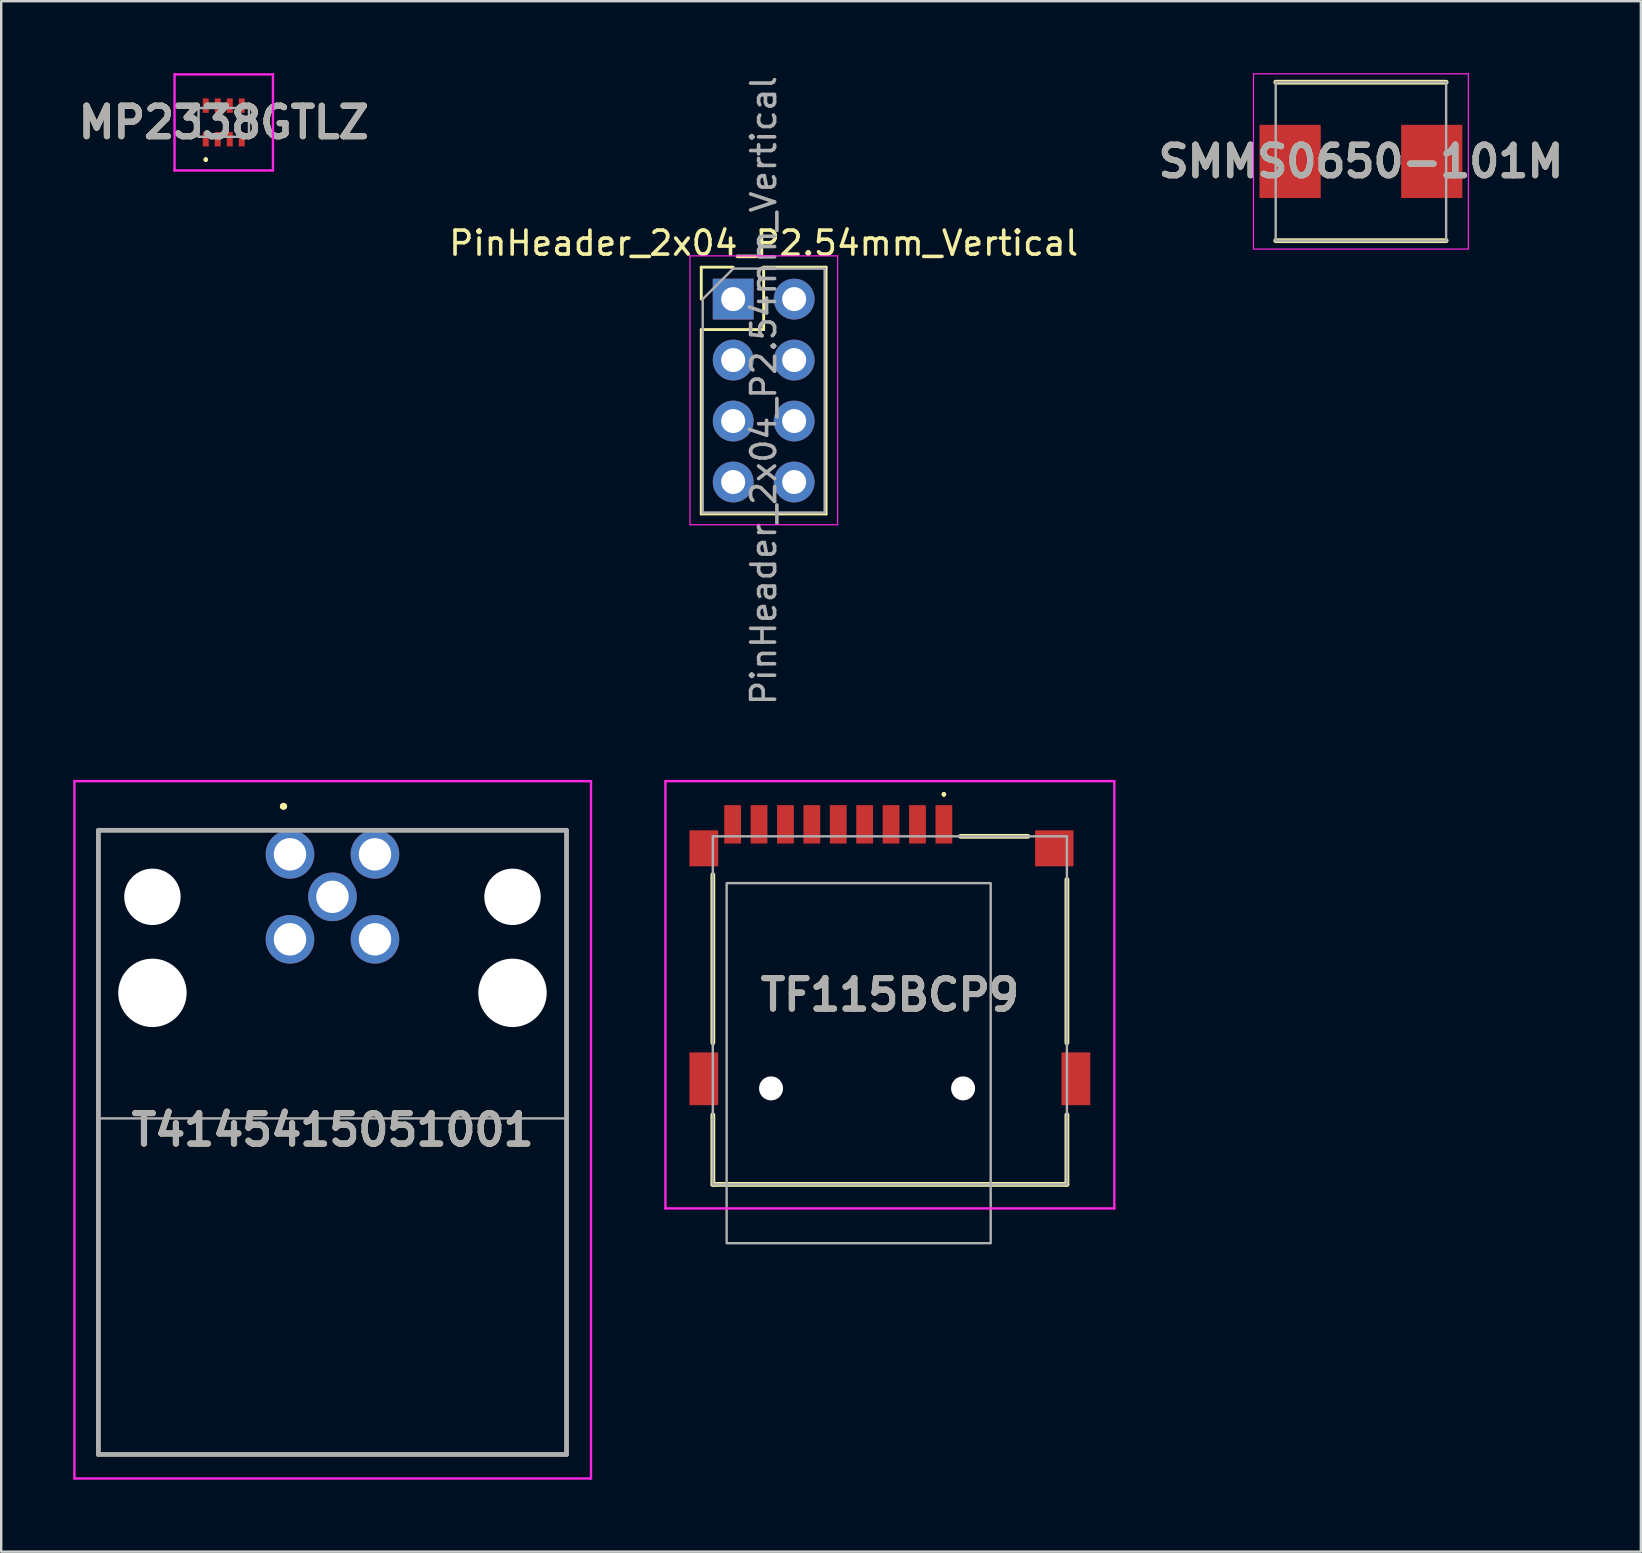
<source format=kicad_pcb>
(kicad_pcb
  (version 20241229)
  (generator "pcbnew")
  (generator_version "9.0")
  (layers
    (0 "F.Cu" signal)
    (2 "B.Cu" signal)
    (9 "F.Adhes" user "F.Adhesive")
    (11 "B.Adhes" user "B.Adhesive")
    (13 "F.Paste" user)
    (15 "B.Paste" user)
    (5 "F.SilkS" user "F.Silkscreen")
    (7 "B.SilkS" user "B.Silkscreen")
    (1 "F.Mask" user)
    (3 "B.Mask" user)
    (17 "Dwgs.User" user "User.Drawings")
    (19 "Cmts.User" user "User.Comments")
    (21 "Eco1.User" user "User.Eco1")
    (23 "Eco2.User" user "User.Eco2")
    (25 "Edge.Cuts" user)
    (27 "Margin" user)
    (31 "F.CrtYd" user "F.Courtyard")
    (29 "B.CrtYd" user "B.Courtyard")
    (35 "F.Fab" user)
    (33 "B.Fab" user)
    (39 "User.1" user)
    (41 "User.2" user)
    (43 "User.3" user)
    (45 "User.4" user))
  (footprint "SMMS0650-101M"
    (layer "F.Cu")
    (at 53.643 3.675)
    (property "Reference" "SMMS0650-101M" (at 0 0 0) (layer "F.SilkS") (effects (font (size 1.27 1.27) (thickness 0.254))))
    (attr smd)
    (fp_line (start -3.55 3.3) (end 3.55 3.3) (stroke (width 0.2) (type solid)) (layer "F.SilkS"))
    (fp_line (start 3.55 -3.3) (end -3.55 -3.3) (stroke (width 0.2) (type solid)) (layer "F.SilkS"))
    (fp_line (start -4.475 -3.65) (end 4.475 -3.65) (stroke (width 0.05) (type solid)) (layer "F.CrtYd"))
    (fp_line (start -4.475 3.65) (end -4.475 -3.65) (stroke (width 0.05) (type solid)) (layer "F.CrtYd"))
    (fp_line (start 4.475 -3.65) (end 4.475 3.65) (stroke (width 0.05) (type solid)) (layer "F.CrtYd"))
    (fp_line (start 4.475 3.65) (end -4.475 3.65) (stroke (width 0.05) (type solid)) (layer "F.CrtYd"))
    (fp_line (start -3.55 -3.3) (end 3.55 -3.3) (stroke (width 0.1) (type solid)) (layer "F.Fab"))
    (fp_line (start -3.55 3.3) (end -3.55 -3.3) (stroke (width 0.1) (type solid)) (layer "F.Fab"))
    (fp_line (start 3.55 -3.3) (end 3.55 3.3) (stroke (width 0.1) (type solid)) (layer "F.Fab"))
    (fp_line (start 3.55 3.3) (end -3.55 3.3) (stroke (width 0.1) (type solid)) (layer "F.Fab"))
    (fp_text user "${REFERENCE}" (at 0 0 0) (layer "F.Fab") (effects (font (size 1.27 1.27) (thickness 0.254))))
    (pad "1" smd rect (at -2.95 0) (size 2.55 3.05) (layers "F.Cu" "F.Mask" "F.Paste"))
    (pad "2" smd rect (at 2.95 0) (size 2.55 3.05) (layers "F.Cu" "F.Mask" "F.Paste")))
  (footprint "T4145415051001"
    (layer "F.Cu")
    (at 9.03 32.54)
    (property "Reference" "T4145415051001" (at 1.78 11.475 0) (layer "F.SilkS") (effects (font (size 1.27 1.27) (thickness 0.254))))
    (attr through_hole)
    (fp_line (start -0.32 -2) (end -0.32 -2) (stroke (width 0.2) (type solid)) (layer "F.SilkS"))
    (fp_line (start -0.22 -2) (end -0.22 -2) (stroke (width 0.2) (type solid)) (layer "F.SilkS"))
    (fp_line (start 11.54 -1) (end 4.54 -1) (stroke (width 0.1) (type solid)) (layer "F.SilkS"))
    (fp_arc (start -0.32 -2) (mid -0.27 -2.05) (end -0.22 -2) (stroke (width 0.2) (type solid)) (layer "F.SilkS"))
    (fp_arc (start -0.22 -2) (mid -0.27 -1.95) (end -0.32 -2) (stroke (width 0.2) (type solid)) (layer "F.SilkS"))
    (fp_line (start -8.98 -3.05) (end 12.54 -3.05) (stroke (width 0.1) (type solid)) (layer "F.CrtYd"))
    (fp_line (start -8.98 26) (end -8.98 -3.05) (stroke (width 0.1) (type solid)) (layer "F.CrtYd"))
    (fp_line (start 12.54 -3.05) (end 12.54 26) (stroke (width 0.1) (type solid)) (layer "F.CrtYd"))
    (fp_line (start 12.54 26) (end -8.98 26) (stroke (width 0.1) (type solid)) (layer "F.CrtYd"))
    (fp_line (start -7.98 -1) (end 11.52 -1) (stroke (width 0.2) (type solid)) (layer "F.Fab"))
    (fp_line (start -7.98 25) (end -7.98 -1) (stroke (width 0.2) (type solid)) (layer "F.Fab"))
    (fp_line (start 11.52 -1) (end 11.52 25) (stroke (width 0.2) (type solid)) (layer "F.Fab"))
    (fp_line (start 11.52 25) (end -7.98 25) (stroke (width 0.2) (type solid)) (layer "F.Fab"))
    (fp_rect (start -7.96 -1) (end 11.54 11) (stroke (width 0.1) (type default)) (fill no) (layer "F.Fab"))
    (fp_text user "${REFERENCE}" (at 1.78 11.475 0) (layer "F.Fab") (effects (font (size 1.27 1.27) (thickness 0.254))))
    (pad "" np_thru_hole circle (at -5.73 1.77) (size 2.35 2.35) (drill 2.35) (layers "*.Cu" "*.Mask"))
    (pad "" np_thru_hole circle (at -5.73 5.77) (size 2.85 2.85) (drill 2.85) (layers "*.Cu" "*.Mask"))
    (pad "" np_thru_hole circle (at 9.27 1.77) (size 2.35 2.35) (drill 2.35) (layers "*.Cu" "*.Mask"))
    (pad "" np_thru_hole circle (at 9.27 5.77) (size 2.85 2.85) (drill 2.85) (layers "*.Cu" "*.Mask"))
    (pad "1" thru_hole circle (at 0 0) (size 2.025 2.025) (drill 1.35) (layers "*.Cu" "*.Mask"))
    (pad "2" thru_hole circle (at 3.54 0) (size 2.025 2.025) (drill 1.35) (layers "*.Cu" "*.Mask"))
    (pad "3" thru_hole circle (at 3.54 3.54) (size 2.025 2.025) (drill 1.35) (layers "*.Cu" "*.Mask"))
    (pad "4" thru_hole circle (at 0 3.54) (size 2.025 2.025) (drill 1.35) (layers "*.Cu" "*.Mask"))
    (pad "5" thru_hole circle (at 1.77 1.77) (size 2.025 2.025) (drill 1.35) (layers "*.Cu" "*.Mask")))
  (footprint "PinHeader_2x04_P2.54mm_Vertical"
    (layer "F.Cu")
    (at 27.493 9.41)
    (property "Reference" "PinHeader_2x04_P2.54mm_Vertical" (at 1.27 -2.33 0) (layer "F.SilkS") (effects (font (size 1 1) (thickness 0.15))))
    (attr through_hole)
    (fp_line (start -1.33 -1.33) (end 0 -1.33) (stroke (width 0.12) (type solid)) (layer "F.SilkS"))
    (fp_line (start -1.33 0) (end -1.33 -1.33) (stroke (width 0.12) (type solid)) (layer "F.SilkS"))
    (fp_line (start -1.33 1.27) (end -1.33 8.95) (stroke (width 0.12) (type solid)) (layer "F.SilkS"))
    (fp_line (start -1.33 1.27) (end 1.27 1.27) (stroke (width 0.12) (type solid)) (layer "F.SilkS"))
    (fp_line (start -1.33 8.95) (end 3.87 8.95) (stroke (width 0.12) (type solid)) (layer "F.SilkS"))
    (fp_line (start 1.27 -1.33) (end 3.87 -1.33) (stroke (width 0.12) (type solid)) (layer "F.SilkS"))
    (fp_line (start 1.27 1.27) (end 1.27 -1.33) (stroke (width 0.12) (type solid)) (layer "F.SilkS"))
    (fp_line (start 3.87 -1.33) (end 3.87 8.95) (stroke (width 0.12) (type solid)) (layer "F.SilkS"))
    (fp_line (start -1.8 -1.8) (end -1.8 9.4) (stroke (width 0.05) (type solid)) (layer "F.CrtYd"))
    (fp_line (start -1.8 9.4) (end 4.35 9.4) (stroke (width 0.05) (type solid)) (layer "F.CrtYd"))
    (fp_line (start 4.35 -1.8) (end -1.8 -1.8) (stroke (width 0.05) (type solid)) (layer "F.CrtYd"))
    (fp_line (start 4.35 9.4) (end 4.35 -1.8) (stroke (width 0.05) (type solid)) (layer "F.CrtYd"))
    (fp_line (start -1.27 0) (end 0 -1.27) (stroke (width 0.1) (type solid)) (layer "F.Fab"))
    (fp_line (start -1.27 8.89) (end -1.27 0) (stroke (width 0.1) (type solid)) (layer "F.Fab"))
    (fp_line (start 0 -1.27) (end 3.81 -1.27) (stroke (width 0.1) (type solid)) (layer "F.Fab"))
    (fp_line (start 3.81 -1.27) (end 3.81 8.89) (stroke (width 0.1) (type solid)) (layer "F.Fab"))
    (fp_line (start 3.81 8.89) (end -1.27 8.89) (stroke (width 0.1) (type solid)) (layer "F.Fab"))
    (fp_text user "${REFERENCE}" (at 1.27 3.81 90) (layer "F.Fab") (effects (font (size 1 1) (thickness 0.15))))
    (pad "1" thru_hole rect (at 0 0) (size 1.7 1.7) (drill 1) (layers "*.Cu" "*.Mask"))
    (pad "2" thru_hole oval (at 0 2.54) (size 1.7 1.7) (drill 1) (layers "*.Cu" "*.Mask"))
    (pad "3" thru_hole oval (at 0 5.08) (size 1.7 1.7) (drill 1) (layers "*.Cu" "*.Mask"))
    (pad "4" thru_hole oval (at 0 7.62) (size 1.7 1.7) (drill 1) (layers "*.Cu" "*.Mask"))
    (pad "5" thru_hole oval (at 2.54 0) (size 1.7 1.7) (drill 1) (layers "*.Cu" "*.Mask"))
    (pad "6" thru_hole oval (at 2.54 2.54) (size 1.7 1.7) (drill 1) (layers "*.Cu" "*.Mask"))
    (pad "7" thru_hole oval (at 2.54 5.08) (size 1.7 1.7) (drill 1) (layers "*.Cu" "*.Mask"))
    (pad "8" thru_hole oval (at 2.54 7.62) (size 1.7 1.7) (drill 1) (layers "*.Cu" "*.Mask")))
  (footprint "TF115BCP9"
    (layer "F.Cu")
    (at 34.02 39.04)
    (property "Reference" "TF115BCP9" (at 0 -0.65 0) (layer "F.SilkS") (effects (font (size 1.27 1.27) (thickness 0.254))))
    (attr through_hole)
    (fp_line (start -7.375 -5.65) (end -7.375 1.35) (stroke (width 0.2) (type solid)) (layer "F.SilkS"))
    (fp_line (start -7.375 4.35) (end -7.375 7.25) (stroke (width 0.2) (type solid)) (layer "F.SilkS"))
    (fp_line (start -7.375 7.25) (end 7.375 7.25) (stroke (width 0.2) (type solid)) (layer "F.SilkS"))
    (fp_line (start 2.25 -9.05) (end 2.25 -9.05) (stroke (width 0.1) (type solid)) (layer "F.SilkS"))
    (fp_line (start 2.25 -8.95) (end 2.25 -8.95) (stroke (width 0.1) (type solid)) (layer "F.SilkS"))
    (fp_line (start 5.75 -7.25) (end 2.95 -7.25) (stroke (width 0.2) (type solid)) (layer "F.SilkS"))
    (fp_line (start 7.375 1.35) (end 7.375 -5.45) (stroke (width 0.2) (type solid)) (layer "F.SilkS"))
    (fp_line (start 7.375 7.25) (end 7.375 4.35) (stroke (width 0.2) (type solid)) (layer "F.SilkS"))
    (fp_arc (start 2.25 -9.05) (mid 2.3 -9) (end 2.25 -8.95) (stroke (width 0.1) (type solid)) (layer "F.SilkS"))
    (fp_arc (start 2.25 -8.95) (mid 2.2 -9) (end 2.25 -9.05) (stroke (width 0.1) (type solid)) (layer "F.SilkS"))
    (fp_line (start -9.35 -9.55) (end 9.35 -9.55) (stroke (width 0.1) (type solid)) (layer "F.CrtYd"))
    (fp_line (start -9.35 8.25) (end -9.35 -9.55) (stroke (width 0.1) (type solid)) (layer "F.CrtYd"))
    (fp_line (start 9.35 -9.55) (end 9.35 8.25) (stroke (width 0.1) (type solid)) (layer "F.CrtYd"))
    (fp_line (start 9.35 8.25) (end -9.35 8.25) (stroke (width 0.1) (type solid)) (layer "F.CrtYd"))
    (fp_line (start -7.375 -7.25) (end 7.375 -7.25) (stroke (width 0.1) (type solid)) (layer "F.Fab"))
    (fp_line (start -7.375 7.25) (end -7.375 -7.25) (stroke (width 0.1) (type solid)) (layer "F.Fab"))
    (fp_line (start 7.375 -7.25) (end 7.375 7.25) (stroke (width 0.1) (type solid)) (layer "F.Fab"))
    (fp_line (start 7.375 7.25) (end -7.375 7.25) (stroke (width 0.1) (type solid)) (layer "F.Fab"))
    (fp_rect (start -6.8 -5.3) (end 4.2 9.7) (stroke (width 0.1) (type default)) (fill no) (layer "F.Fab"))
    (fp_text user "${REFERENCE}" (at 0 -0.65 0) (layer "F.Fab") (effects (font (size 1.27 1.27) (thickness 0.254))))
    (pad "" np_thru_hole circle (at -4.95 3.25) (size 1 1) (drill 1) (layers "*.Cu" "*.Mask"))
    (pad "" np_thru_hole circle (at 3.05 3.25) (size 1 1) (drill 1) (layers "*.Cu" "*.Mask"))
    (pad "1" smd rect (at 2.25 -7.75) (size 0.7 1.6) (layers "F.Cu" "F.Mask" "F.Paste"))
    (pad "2" smd rect (at 1.15 -7.75) (size 0.7 1.6) (layers "F.Cu" "F.Mask" "F.Paste"))
    (pad "3" smd rect (at 0.05 -7.75) (size 0.7 1.6) (layers "F.Cu" "F.Mask" "F.Paste"))
    (pad "4" smd rect (at -1.05 -7.75) (size 0.7 1.6) (layers "F.Cu" "F.Mask" "F.Paste"))
    (pad "5" smd rect (at -2.15 -7.75) (size 0.7 1.6) (layers "F.Cu" "F.Mask" "F.Paste"))
    (pad "6" smd rect (at -3.25 -7.75) (size 0.7 1.6) (layers "F.Cu" "F.Mask" "F.Paste"))
    (pad "7" smd rect (at -4.35 -7.75) (size 0.7 1.6) (layers "F.Cu" "F.Mask" "F.Paste"))
    (pad "8" smd rect (at -5.45 -7.75) (size 0.7 1.6) (layers "F.Cu" "F.Mask" "F.Paste"))
    (pad "CD1" smd rect (at -6.55 -7.75) (size 0.7 1.6) (layers "F.Cu" "F.Mask" "F.Paste"))
    (pad "G1" smd rect (at -7.75 -6.75) (size 1.2 1.5) (layers "F.Cu" "F.Mask" "F.Paste"))
    (pad "G2" smd rect (at -7.75 2.85) (size 1.2 2.2) (layers "F.Cu" "F.Mask" "F.Paste"))
    (pad "G3" smd rect (at 7.75 2.85) (size 1.2 2.2) (layers "F.Cu" "F.Mask" "F.Paste"))
    (pad "G4" smd rect (at 6.85 -6.75 90) (size 1.5 1.6) (layers "F.Cu" "F.Mask" "F.Paste")))
  (footprint "MP2338GTLZ"
    (layer "F.Cu")
    (at 6.271 2.05)
    (property "Reference" "MP2338GTLZ" (at 0 0 0) (layer "F.SilkS") (effects (font (size 1.27 1.27) (thickness 0.254))))
    (attr smd)
    (fp_line (start -0.75 1.5) (end -0.75 1.5) (stroke (width 0.1) (type solid)) (layer "F.SilkS"))
    (fp_line (start -0.75 1.6) (end -0.75 1.6) (stroke (width 0.1) (type solid)) (layer "F.SilkS"))
    (fp_arc (start -0.75 1.5) (mid -0.7 1.55) (end -0.75 1.6) (stroke (width 0.1) (type solid)) (layer "F.SilkS"))
    (fp_arc (start -0.75 1.6) (mid -0.8 1.55) (end -0.75 1.5) (stroke (width 0.1) (type solid)) (layer "F.SilkS"))
    (fp_line (start -2.05 -2) (end 2.05 -2) (stroke (width 0.1) (type solid)) (layer "F.CrtYd"))
    (fp_line (start -2.05 2) (end -2.05 -2) (stroke (width 0.1) (type solid)) (layer "F.CrtYd"))
    (fp_line (start 2.05 -2) (end 2.05 2) (stroke (width 0.1) (type solid)) (layer "F.CrtYd"))
    (fp_line (start 2.05 2) (end -2.05 2) (stroke (width 0.1) (type solid)) (layer "F.CrtYd"))
    (fp_line (start -1.05 -0.6) (end -1.05 0.6) (stroke (width 0.1) (type solid)) (layer "F.Fab"))
    (fp_line (start -1.05 0.6) (end 1.05 0.6) (stroke (width 0.1) (type solid)) (layer "F.Fab"))
    (fp_line (start 1.05 -0.6) (end -1.05 -0.6) (stroke (width 0.1) (type solid)) (layer "F.Fab"))
    (fp_line (start 1.05 0.6) (end 1.05 -0.6) (stroke (width 0.1) (type solid)) (layer "F.Fab"))
    (fp_text user "${REFERENCE}" (at 0 0 0) (layer "F.Fab") (effects (font (size 1.27 1.27) (thickness 0.254))))
    (pad "1" smd rect (at -0.75 0.7) (size 0.25 0.6) (layers "F.Cu" "F.Mask" "F.Paste"))
    (pad "2" smd rect (at -0.25 0.7) (size 0.25 0.6) (layers "F.Cu" "F.Mask" "F.Paste"))
    (pad "3" smd rect (at 0.25 0.7) (size 0.25 0.6) (layers "F.Cu" "F.Mask" "F.Paste"))
    (pad "4" smd rect (at 0.75 0.7) (size 0.25 0.6) (layers "F.Cu" "F.Mask" "F.Paste"))
    (pad "5" smd rect (at 0.75 -0.7) (size 0.25 0.6) (layers "F.Cu" "F.Mask" "F.Paste"))
    (pad "6" smd rect (at 0.25 -0.7) (size 0.25 0.6) (layers "F.Cu" "F.Mask" "F.Paste"))
    (pad "7" smd rect (at -0.25 -0.7) (size 0.25 0.6) (layers "F.Cu" "F.Mask" "F.Paste"))
    (pad "8" smd rect (at -0.75 -0.7) (size 0.25 0.6) (layers "F.Cu" "F.Mask" "F.Paste")))
  (gr_rect
    (start -3 -3)
    (end 65.304 61.59)
    (stroke (width 0.1) (type default))
    (fill no)
    (layer "Edge.Cuts")))
</source>
